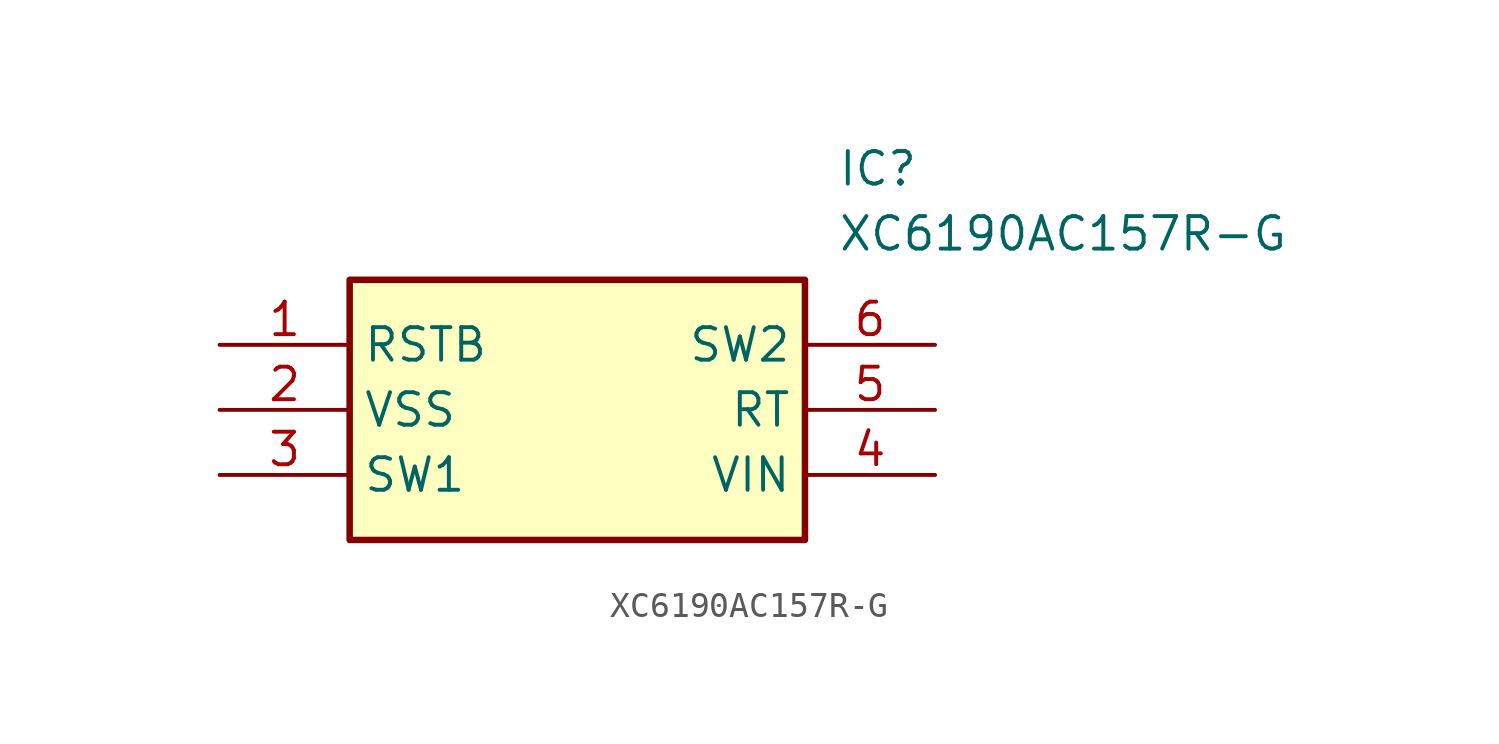
<source format=kicad_sym>
(kicad_symbol_lib
  (version 20231120)
  (generator "kicad_symbol_editor")
  (generator_version "8.0")
  (symbol "XC6190AC157R-G"
    (property "Reference" "IC"
      (at 24.13 7.62 0)
      (effects (font (size 1.27 1.27)) (justify left top)))
    (property "Value" "XC6190AC157R-G"
      (at 24.13 5.08 0)
      (effects (font (size 1.27 1.27)) (justify left top)))
    (symbol "XC6190AC157R-G_1_1"
      (rectangle (start 5.08 2.54) (end 22.86 -7.62) (stroke (width 0.254) (type default)) (fill (type background)))
      (pin passive line (at 0 0 0) (length 5.08) (name "RSTB" (effects (font (size 1.27 1.27)))) (number "1" (effects (font (size 1.27 1.27)))))
      (pin passive line (at 0 -2.54 0) (length 5.08) (name "VSS" (effects (font (size 1.27 1.27)))) (number "2" (effects (font (size 1.27 1.27)))))
      (pin passive line (at 0 -5.08 0) (length 5.08) (name "SW1" (effects (font (size 1.27 1.27)))) (number "3" (effects (font (size 1.27 1.27)))))
      (pin passive line (at 27.94 -5.08 180) (length 5.08) (name "VIN" (effects (font (size 1.27 1.27)))) (number "4" (effects (font (size 1.27 1.27)))))
      (pin passive line (at 27.94 -2.54 180) (length 5.08) (name "RT" (effects (font (size 1.27 1.27)))) (number "5" (effects (font (size 1.27 1.27)))))
      (pin passive line (at 27.94 0 180) (length 5.08) (name "SW2" (effects (font (size 1.27 1.27)))) (number "6" (effects (font (size 1.27 1.27))))))))
</source>
